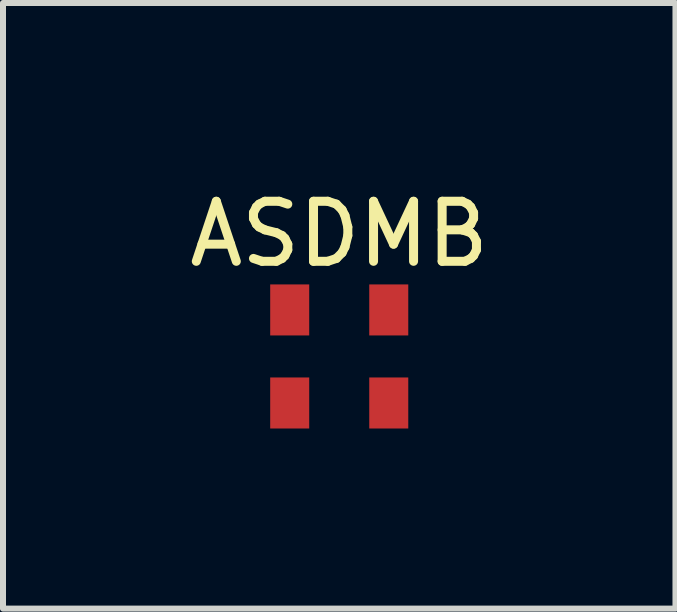
<source format=kicad_pcb>
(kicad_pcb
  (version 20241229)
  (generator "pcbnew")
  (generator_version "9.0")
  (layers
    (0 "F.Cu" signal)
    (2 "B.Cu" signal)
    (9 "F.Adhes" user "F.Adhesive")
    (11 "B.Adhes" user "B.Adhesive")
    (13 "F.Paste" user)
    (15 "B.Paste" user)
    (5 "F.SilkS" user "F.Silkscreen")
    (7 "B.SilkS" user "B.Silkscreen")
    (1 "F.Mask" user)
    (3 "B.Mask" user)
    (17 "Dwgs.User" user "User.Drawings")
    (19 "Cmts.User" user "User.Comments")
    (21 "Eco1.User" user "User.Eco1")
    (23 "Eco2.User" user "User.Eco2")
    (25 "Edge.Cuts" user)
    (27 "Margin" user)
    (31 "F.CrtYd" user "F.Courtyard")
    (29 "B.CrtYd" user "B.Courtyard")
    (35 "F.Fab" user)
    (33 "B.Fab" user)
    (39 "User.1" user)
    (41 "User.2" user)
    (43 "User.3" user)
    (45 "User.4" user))
  (footprint "ASDMB"
    (layer "F.Cu")
    (at 2.601 2.888)
    (property "Reference" "ASDMB" (at 0 -2.04 0) (layer "F.SilkS") (effects (font (size 1 1) (thickness 0.15))))
    (attr through_hole)
    (pad "1" smd rect (at -0.825 -0.775) (size 0.65 0.85) (layers "F.Cu" "F.Mask" "F.Paste"))
    (pad "2" smd rect (at -0.825 0.775) (size 0.65 0.85) (layers "F.Cu" "F.Mask" "F.Paste"))
    (pad "3" smd rect (at 0.825 0.775) (size 0.65 0.85) (layers "F.Cu" "F.Mask" "F.Paste"))
    (pad "4" smd rect (at 0.825 -0.775) (size 0.65 0.85) (layers "F.Cu" "F.Mask" "F.Paste")))
  (gr_rect
    (start -3 -3)
    (end 8.202 7.088)
    (stroke (width 0.1) (type default))
    (fill no)
    (layer "Edge.Cuts")))
</source>
